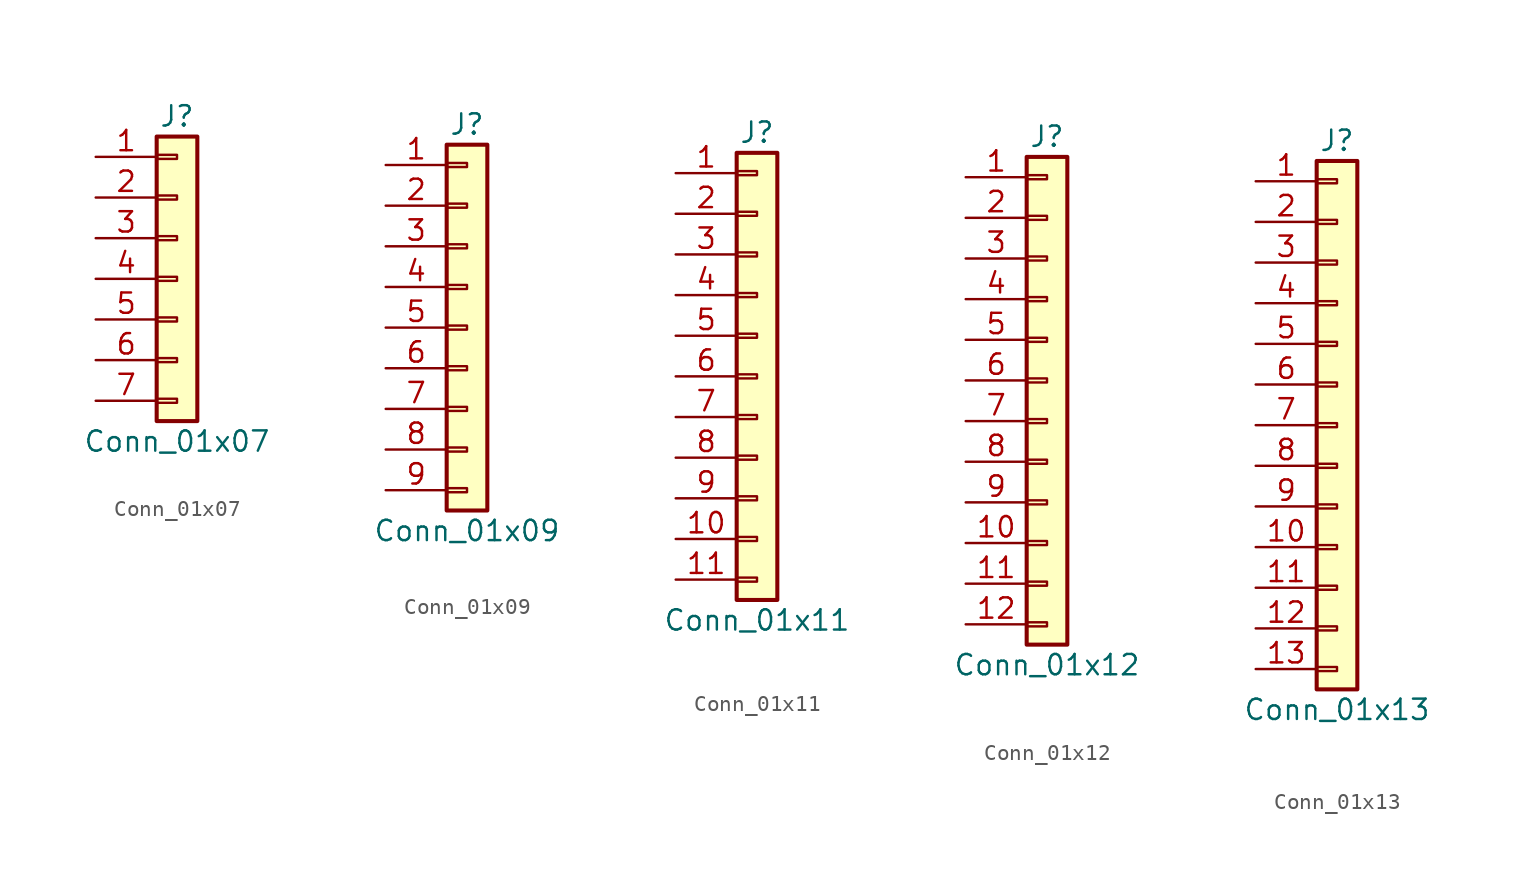
<source format=kicad_sym>
(kicad_symbol_lib
  (version 20220914)
  (generator kicad_symbol_editor)
  (symbol "Conn_01x07"
    (pin_names
      (offset 1.016) hide)
    (property "Reference" "J"
      (at 0 10.16 0)
      (effects (font (size 1.27 1.27))))
    (property "Value" "Conn_01x07"
      (at 0 -10.16 0)
      (effects (font (size 1.27 1.27))))
    (symbol "Conn_01x07_1_1"
      (rectangle (start -1.27 -7.493) (end 0 -7.747) (stroke (width 0.152) (type solid)) (fill (type none)))
      (rectangle (start -1.27 -4.953) (end 0 -5.207) (stroke (width 0.152) (type solid)) (fill (type none)))
      (rectangle (start -1.27 -2.413) (end 0 -2.667) (stroke (width 0.152) (type solid)) (fill (type none)))
      (rectangle (start -1.27 0.127) (end 0 -0.127) (stroke (width 0.152) (type solid)) (fill (type none)))
      (rectangle (start -1.27 2.667) (end 0 2.413) (stroke (width 0.152) (type solid)) (fill (type none)))
      (rectangle (start -1.27 5.207) (end 0 4.953) (stroke (width 0.152) (type solid)) (fill (type none)))
      (rectangle (start -1.27 7.747) (end 0 7.493) (stroke (width 0.152) (type solid)) (fill (type none)))
      (rectangle (start -1.27 8.89) (end 1.27 -8.89) (stroke (width 0.254) (type solid)) (fill (type background)))
      (pin passive line (at -5.08 7.62 0) (length 3.81) (name "Pin_1" (effects (font (size 1.27 1.27)))) (number "1" (effects (font (size 1.27 1.27)))))
      (pin passive line (at -5.08 5.08 0) (length 3.81) (name "Pin_2" (effects (font (size 1.27 1.27)))) (number "2" (effects (font (size 1.27 1.27)))))
      (pin passive line (at -5.08 2.54 0) (length 3.81) (name "Pin_3" (effects (font (size 1.27 1.27)))) (number "3" (effects (font (size 1.27 1.27)))))
      (pin passive line (at -5.08 0 0) (length 3.81) (name "Pin_4" (effects (font (size 1.27 1.27)))) (number "4" (effects (font (size 1.27 1.27)))))
      (pin passive line (at -5.08 -2.54 0) (length 3.81) (name "Pin_5" (effects (font (size 1.27 1.27)))) (number "5" (effects (font (size 1.27 1.27)))))
      (pin passive line (at -5.08 -5.08 0) (length 3.81) (name "Pin_6" (effects (font (size 1.27 1.27)))) (number "6" (effects (font (size 1.27 1.27)))))
      (pin passive line (at -5.08 -7.62 0) (length 3.81) (name "Pin_7" (effects (font (size 1.27 1.27)))) (number "7" (effects (font (size 1.27 1.27)))))))
  (symbol "Conn_01x09"
    (pin_names
      (offset 1.016) hide)
    (property "Reference" "J"
      (at 0 12.7 0)
      (effects (font (size 1.27 1.27))))
    (property "Value" "Conn_01x09"
      (at 0 -12.7 0)
      (effects (font (size 1.27 1.27))))
    (symbol "Conn_01x09_1_1"
      (rectangle (start -1.27 -10.033) (end 0 -10.287) (stroke (width 0.152) (type solid)) (fill (type none)))
      (rectangle (start -1.27 -7.493) (end 0 -7.747) (stroke (width 0.152) (type solid)) (fill (type none)))
      (rectangle (start -1.27 -4.953) (end 0 -5.207) (stroke (width 0.152) (type solid)) (fill (type none)))
      (rectangle (start -1.27 -2.413) (end 0 -2.667) (stroke (width 0.152) (type solid)) (fill (type none)))
      (rectangle (start -1.27 0.127) (end 0 -0.127) (stroke (width 0.152) (type solid)) (fill (type none)))
      (rectangle (start -1.27 2.667) (end 0 2.413) (stroke (width 0.152) (type solid)) (fill (type none)))
      (rectangle (start -1.27 5.207) (end 0 4.953) (stroke (width 0.152) (type solid)) (fill (type none)))
      (rectangle (start -1.27 7.747) (end 0 7.493) (stroke (width 0.152) (type solid)) (fill (type none)))
      (rectangle (start -1.27 10.287) (end 0 10.033) (stroke (width 0.152) (type solid)) (fill (type none)))
      (rectangle (start -1.27 11.43) (end 1.27 -11.43) (stroke (width 0.254) (type solid)) (fill (type background)))
      (pin passive line (at -5.08 10.16 0) (length 3.81) (name "Pin_1" (effects (font (size 1.27 1.27)))) (number "1" (effects (font (size 1.27 1.27)))))
      (pin passive line (at -5.08 7.62 0) (length 3.81) (name "Pin_2" (effects (font (size 1.27 1.27)))) (number "2" (effects (font (size 1.27 1.27)))))
      (pin passive line (at -5.08 5.08 0) (length 3.81) (name "Pin_3" (effects (font (size 1.27 1.27)))) (number "3" (effects (font (size 1.27 1.27)))))
      (pin passive line (at -5.08 2.54 0) (length 3.81) (name "Pin_4" (effects (font (size 1.27 1.27)))) (number "4" (effects (font (size 1.27 1.27)))))
      (pin passive line (at -5.08 0 0) (length 3.81) (name "Pin_5" (effects (font (size 1.27 1.27)))) (number "5" (effects (font (size 1.27 1.27)))))
      (pin passive line (at -5.08 -2.54 0) (length 3.81) (name "Pin_6" (effects (font (size 1.27 1.27)))) (number "6" (effects (font (size 1.27 1.27)))))
      (pin passive line (at -5.08 -5.08 0) (length 3.81) (name "Pin_7" (effects (font (size 1.27 1.27)))) (number "7" (effects (font (size 1.27 1.27)))))
      (pin passive line (at -5.08 -7.62 0) (length 3.81) (name "Pin_8" (effects (font (size 1.27 1.27)))) (number "8" (effects (font (size 1.27 1.27)))))
      (pin passive line (at -5.08 -10.16 0) (length 3.81) (name "Pin_9" (effects (font (size 1.27 1.27)))) (number "9" (effects (font (size 1.27 1.27)))))))
  (symbol "Conn_01x11"
    (pin_names
      (offset 1.016) hide)
    (property "Reference" "J"
      (at 0 15.24 0)
      (effects (font (size 1.27 1.27))))
    (property "Value" "Conn_01x11"
      (at 0 -15.24 0)
      (effects (font (size 1.27 1.27))))
    (symbol "Conn_01x11_1_1"
      (rectangle (start -1.27 -12.573) (end 0 -12.827) (stroke (width 0.152) (type solid)) (fill (type none)))
      (rectangle (start -1.27 -10.033) (end 0 -10.287) (stroke (width 0.152) (type solid)) (fill (type none)))
      (rectangle (start -1.27 -7.493) (end 0 -7.747) (stroke (width 0.152) (type solid)) (fill (type none)))
      (rectangle (start -1.27 -4.953) (end 0 -5.207) (stroke (width 0.152) (type solid)) (fill (type none)))
      (rectangle (start -1.27 -2.413) (end 0 -2.667) (stroke (width 0.152) (type solid)) (fill (type none)))
      (rectangle (start -1.27 0.127) (end 0 -0.127) (stroke (width 0.152) (type solid)) (fill (type none)))
      (rectangle (start -1.27 2.667) (end 0 2.413) (stroke (width 0.152) (type solid)) (fill (type none)))
      (rectangle (start -1.27 5.207) (end 0 4.953) (stroke (width 0.152) (type solid)) (fill (type none)))
      (rectangle (start -1.27 7.747) (end 0 7.493) (stroke (width 0.152) (type solid)) (fill (type none)))
      (rectangle (start -1.27 10.287) (end 0 10.033) (stroke (width 0.152) (type solid)) (fill (type none)))
      (rectangle (start -1.27 12.827) (end 0 12.573) (stroke (width 0.152) (type solid)) (fill (type none)))
      (rectangle (start -1.27 13.97) (end 1.27 -13.97) (stroke (width 0.254) (type solid)) (fill (type background)))
      (pin passive line (at -5.08 12.7 0) (length 3.81) (name "Pin_1" (effects (font (size 1.27 1.27)))) (number "1" (effects (font (size 1.27 1.27)))))
      (pin passive line (at -5.08 -10.16 0) (length 3.81) (name "Pin_10" (effects (font (size 1.27 1.27)))) (number "10" (effects (font (size 1.27 1.27)))))
      (pin passive line (at -5.08 -12.7 0) (length 3.81) (name "Pin_11" (effects (font (size 1.27 1.27)))) (number "11" (effects (font (size 1.27 1.27)))))
      (pin passive line (at -5.08 10.16 0) (length 3.81) (name "Pin_2" (effects (font (size 1.27 1.27)))) (number "2" (effects (font (size 1.27 1.27)))))
      (pin passive line (at -5.08 7.62 0) (length 3.81) (name "Pin_3" (effects (font (size 1.27 1.27)))) (number "3" (effects (font (size 1.27 1.27)))))
      (pin passive line (at -5.08 5.08 0) (length 3.81) (name "Pin_4" (effects (font (size 1.27 1.27)))) (number "4" (effects (font (size 1.27 1.27)))))
      (pin passive line (at -5.08 2.54 0) (length 3.81) (name "Pin_5" (effects (font (size 1.27 1.27)))) (number "5" (effects (font (size 1.27 1.27)))))
      (pin passive line (at -5.08 0 0) (length 3.81) (name "Pin_6" (effects (font (size 1.27 1.27)))) (number "6" (effects (font (size 1.27 1.27)))))
      (pin passive line (at -5.08 -2.54 0) (length 3.81) (name "Pin_7" (effects (font (size 1.27 1.27)))) (number "7" (effects (font (size 1.27 1.27)))))
      (pin passive line (at -5.08 -5.08 0) (length 3.81) (name "Pin_8" (effects (font (size 1.27 1.27)))) (number "8" (effects (font (size 1.27 1.27)))))
      (pin passive line (at -5.08 -7.62 0) (length 3.81) (name "Pin_9" (effects (font (size 1.27 1.27)))) (number "9" (effects (font (size 1.27 1.27)))))))
  (symbol "Conn_01x12"
    (pin_names
      (offset 1.016) hide)
    (property "Reference" "J"
      (at 0 15.24 0)
      (effects (font (size 1.27 1.27))))
    (property "Value" "Conn_01x12"
      (at 0 -17.78 0)
      (effects (font (size 1.27 1.27))))
    (symbol "Conn_01x12_1_1"
      (rectangle (start -1.27 -15.113) (end 0 -15.367) (stroke (width 0.152) (type solid)) (fill (type none)))
      (rectangle (start -1.27 -12.573) (end 0 -12.827) (stroke (width 0.152) (type solid)) (fill (type none)))
      (rectangle (start -1.27 -10.033) (end 0 -10.287) (stroke (width 0.152) (type solid)) (fill (type none)))
      (rectangle (start -1.27 -7.493) (end 0 -7.747) (stroke (width 0.152) (type solid)) (fill (type none)))
      (rectangle (start -1.27 -4.953) (end 0 -5.207) (stroke (width 0.152) (type solid)) (fill (type none)))
      (rectangle (start -1.27 -2.413) (end 0 -2.667) (stroke (width 0.152) (type solid)) (fill (type none)))
      (rectangle (start -1.27 0.127) (end 0 -0.127) (stroke (width 0.152) (type solid)) (fill (type none)))
      (rectangle (start -1.27 2.667) (end 0 2.413) (stroke (width 0.152) (type solid)) (fill (type none)))
      (rectangle (start -1.27 5.207) (end 0 4.953) (stroke (width 0.152) (type solid)) (fill (type none)))
      (rectangle (start -1.27 7.747) (end 0 7.493) (stroke (width 0.152) (type solid)) (fill (type none)))
      (rectangle (start -1.27 10.287) (end 0 10.033) (stroke (width 0.152) (type solid)) (fill (type none)))
      (rectangle (start -1.27 12.827) (end 0 12.573) (stroke (width 0.152) (type solid)) (fill (type none)))
      (rectangle (start -1.27 13.97) (end 1.27 -16.51) (stroke (width 0.254) (type solid)) (fill (type background)))
      (pin passive line (at -5.08 12.7 0) (length 3.81) (name "Pin_1" (effects (font (size 1.27 1.27)))) (number "1" (effects (font (size 1.27 1.27)))))
      (pin passive line (at -5.08 -10.16 0) (length 3.81) (name "Pin_10" (effects (font (size 1.27 1.27)))) (number "10" (effects (font (size 1.27 1.27)))))
      (pin passive line (at -5.08 -12.7 0) (length 3.81) (name "Pin_11" (effects (font (size 1.27 1.27)))) (number "11" (effects (font (size 1.27 1.27)))))
      (pin passive line (at -5.08 -15.24 0) (length 3.81) (name "Pin_12" (effects (font (size 1.27 1.27)))) (number "12" (effects (font (size 1.27 1.27)))))
      (pin passive line (at -5.08 10.16 0) (length 3.81) (name "Pin_2" (effects (font (size 1.27 1.27)))) (number "2" (effects (font (size 1.27 1.27)))))
      (pin passive line (at -5.08 7.62 0) (length 3.81) (name "Pin_3" (effects (font (size 1.27 1.27)))) (number "3" (effects (font (size 1.27 1.27)))))
      (pin passive line (at -5.08 5.08 0) (length 3.81) (name "Pin_4" (effects (font (size 1.27 1.27)))) (number "4" (effects (font (size 1.27 1.27)))))
      (pin passive line (at -5.08 2.54 0) (length 3.81) (name "Pin_5" (effects (font (size 1.27 1.27)))) (number "5" (effects (font (size 1.27 1.27)))))
      (pin passive line (at -5.08 0 0) (length 3.81) (name "Pin_6" (effects (font (size 1.27 1.27)))) (number "6" (effects (font (size 1.27 1.27)))))
      (pin passive line (at -5.08 -2.54 0) (length 3.81) (name "Pin_7" (effects (font (size 1.27 1.27)))) (number "7" (effects (font (size 1.27 1.27)))))
      (pin passive line (at -5.08 -5.08 0) (length 3.81) (name "Pin_8" (effects (font (size 1.27 1.27)))) (number "8" (effects (font (size 1.27 1.27)))))
      (pin passive line (at -5.08 -7.62 0) (length 3.81) (name "Pin_9" (effects (font (size 1.27 1.27)))) (number "9" (effects (font (size 1.27 1.27)))))))
  (symbol "Conn_01x13"
    (pin_names
      (offset 1.016) hide)
    (property "Reference" "J"
      (at 0 17.78 0)
      (effects (font (size 1.27 1.27))))
    (property "Value" "Conn_01x13"
      (at 0 -17.78 0)
      (effects (font (size 1.27 1.27))))
    (symbol "Conn_01x13_1_1"
      (rectangle (start -1.27 -15.113) (end 0 -15.367) (stroke (width 0.152) (type solid)) (fill (type none)))
      (rectangle (start -1.27 -12.573) (end 0 -12.827) (stroke (width 0.152) (type solid)) (fill (type none)))
      (rectangle (start -1.27 -10.033) (end 0 -10.287) (stroke (width 0.152) (type solid)) (fill (type none)))
      (rectangle (start -1.27 -7.493) (end 0 -7.747) (stroke (width 0.152) (type solid)) (fill (type none)))
      (rectangle (start -1.27 -4.953) (end 0 -5.207) (stroke (width 0.152) (type solid)) (fill (type none)))
      (rectangle (start -1.27 -2.413) (end 0 -2.667) (stroke (width 0.152) (type solid)) (fill (type none)))
      (rectangle (start -1.27 0.127) (end 0 -0.127) (stroke (width 0.152) (type solid)) (fill (type none)))
      (rectangle (start -1.27 2.667) (end 0 2.413) (stroke (width 0.152) (type solid)) (fill (type none)))
      (rectangle (start -1.27 5.207) (end 0 4.953) (stroke (width 0.152) (type solid)) (fill (type none)))
      (rectangle (start -1.27 7.747) (end 0 7.493) (stroke (width 0.152) (type solid)) (fill (type none)))
      (rectangle (start -1.27 10.287) (end 0 10.033) (stroke (width 0.152) (type solid)) (fill (type none)))
      (rectangle (start -1.27 12.827) (end 0 12.573) (stroke (width 0.152) (type solid)) (fill (type none)))
      (rectangle (start -1.27 15.367) (end 0 15.113) (stroke (width 0.152) (type solid)) (fill (type none)))
      (rectangle (start -1.27 16.51) (end 1.27 -16.51) (stroke (width 0.254) (type solid)) (fill (type background)))
      (pin passive line (at -5.08 15.24 0) (length 3.81) (name "Pin_1" (effects (font (size 1.27 1.27)))) (number "1" (effects (font (size 1.27 1.27)))))
      (pin passive line (at -5.08 -7.62 0) (length 3.81) (name "Pin_10" (effects (font (size 1.27 1.27)))) (number "10" (effects (font (size 1.27 1.27)))))
      (pin passive line (at -5.08 -10.16 0) (length 3.81) (name "Pin_11" (effects (font (size 1.27 1.27)))) (number "11" (effects (font (size 1.27 1.27)))))
      (pin passive line (at -5.08 -12.7 0) (length 3.81) (name "Pin_12" (effects (font (size 1.27 1.27)))) (number "12" (effects (font (size 1.27 1.27)))))
      (pin passive line (at -5.08 -15.24 0) (length 3.81) (name "Pin_13" (effects (font (size 1.27 1.27)))) (number "13" (effects (font (size 1.27 1.27)))))
      (pin passive line (at -5.08 12.7 0) (length 3.81) (name "Pin_2" (effects (font (size 1.27 1.27)))) (number "2" (effects (font (size 1.27 1.27)))))
      (pin passive line (at -5.08 10.16 0) (length 3.81) (name "Pin_3" (effects (font (size 1.27 1.27)))) (number "3" (effects (font (size 1.27 1.27)))))
      (pin passive line (at -5.08 7.62 0) (length 3.81) (name "Pin_4" (effects (font (size 1.27 1.27)))) (number "4" (effects (font (size 1.27 1.27)))))
      (pin passive line (at -5.08 5.08 0) (length 3.81) (name "Pin_5" (effects (font (size 1.27 1.27)))) (number "5" (effects (font (size 1.27 1.27)))))
      (pin passive line (at -5.08 2.54 0) (length 3.81) (name "Pin_6" (effects (font (size 1.27 1.27)))) (number "6" (effects (font (size 1.27 1.27)))))
      (pin passive line (at -5.08 0 0) (length 3.81) (name "Pin_7" (effects (font (size 1.27 1.27)))) (number "7" (effects (font (size 1.27 1.27)))))
      (pin passive line (at -5.08 -2.54 0) (length 3.81) (name "Pin_8" (effects (font (size 1.27 1.27)))) (number "8" (effects (font (size 1.27 1.27)))))
      (pin passive line (at -5.08 -5.08 0) (length 3.81) (name "Pin_9" (effects (font (size 1.27 1.27)))) (number "9" (effects (font (size 1.27 1.27))))))))
</source>
